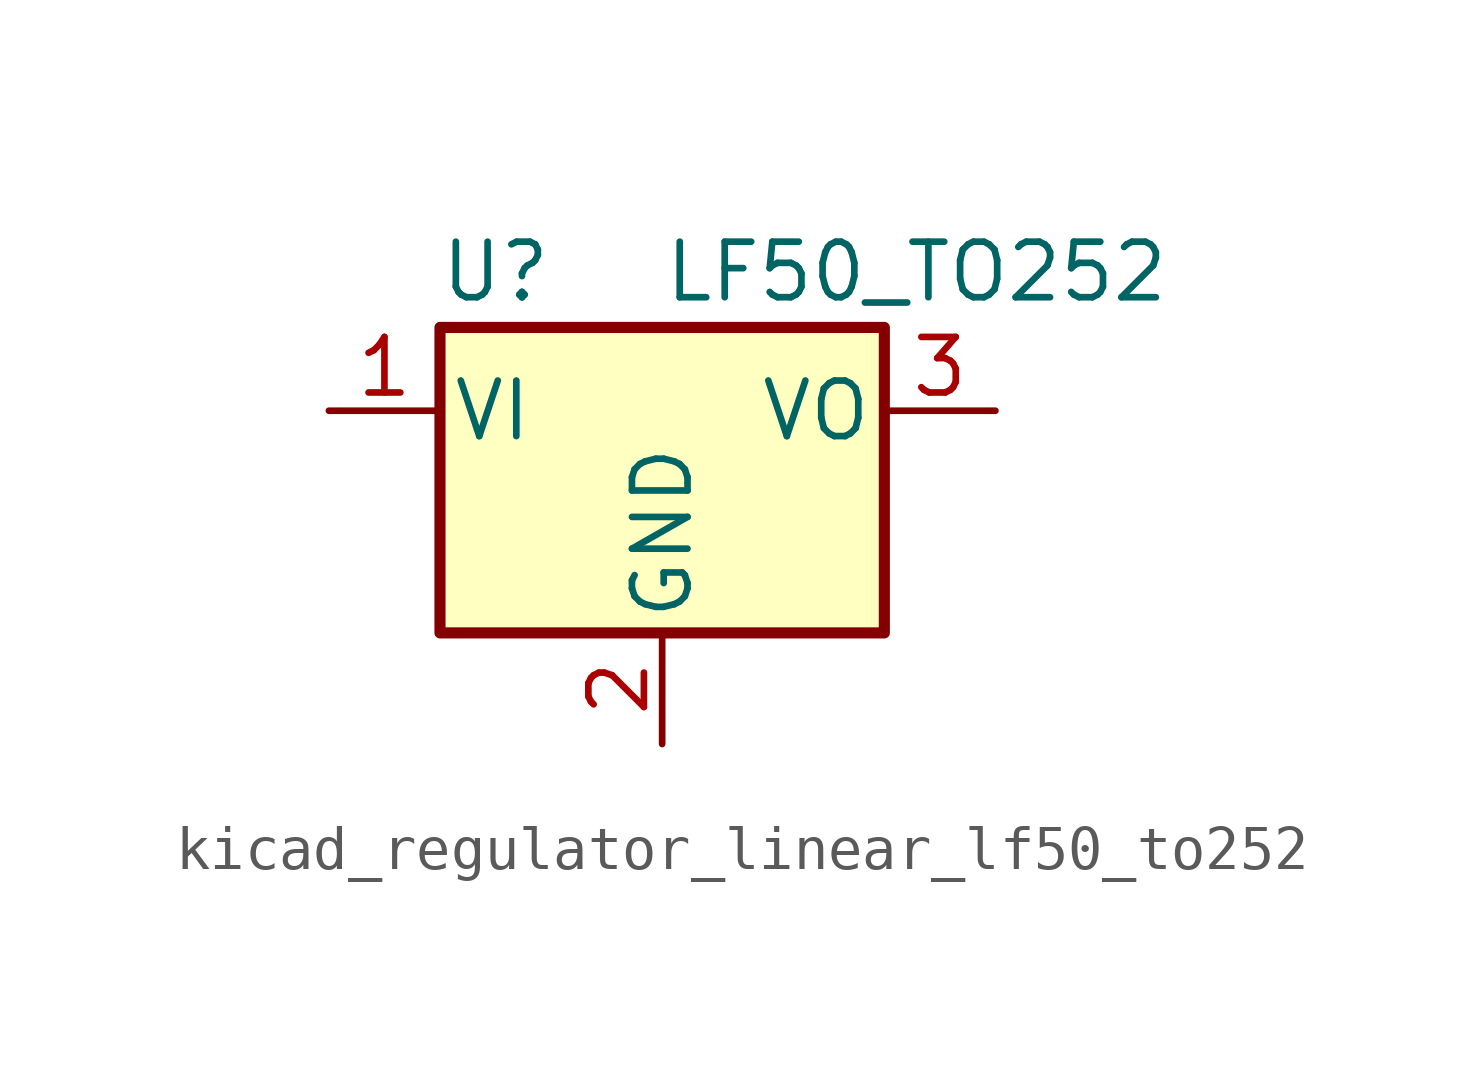
<source format=kicad_sym>
(kicad_symbol_lib
  (version 20220914)
  (generator kicad_symbol_editor)
  (symbol "kicad_regulator_linear_lf50_to252"
    (pin_names
      (offset 0.254))
    (property "Reference" "U"
      (at -3.81 3.175 0)
      (effects (font (size 1.27 1.27))))
    (property "Value" "LF50_TO252"
      (at 0 3.175 0)
      (effects (font (size 1.27 1.27)) (justify left)))
    (symbol "kicad_regulator_linear_lf50_to252_0_1"
      (rectangle (start -5.08 1.905) (end 5.08 -5.08) (stroke (width 0.254) (type default)) (fill (type background))))
    (symbol "kicad_regulator_linear_lf50_to252_1_1"
      (pin power_in line (at -7.62 0 0) (length 2.54) (name "VI" (effects (font (size 1.27 1.27)))) (number "1" (effects (font (size 1.27 1.27)))))
      (pin power_in line (at 0 -7.62 90) (length 2.54) (name "GND" (effects (font (size 1.27 1.27)))) (number "2" (effects (font (size 1.27 1.27)))))
      (pin power_out line (at 7.62 0 180) (length 2.54) (name "VO" (effects (font (size 1.27 1.27)))) (number "3" (effects (font (size 1.27 1.27))))))))
</source>
